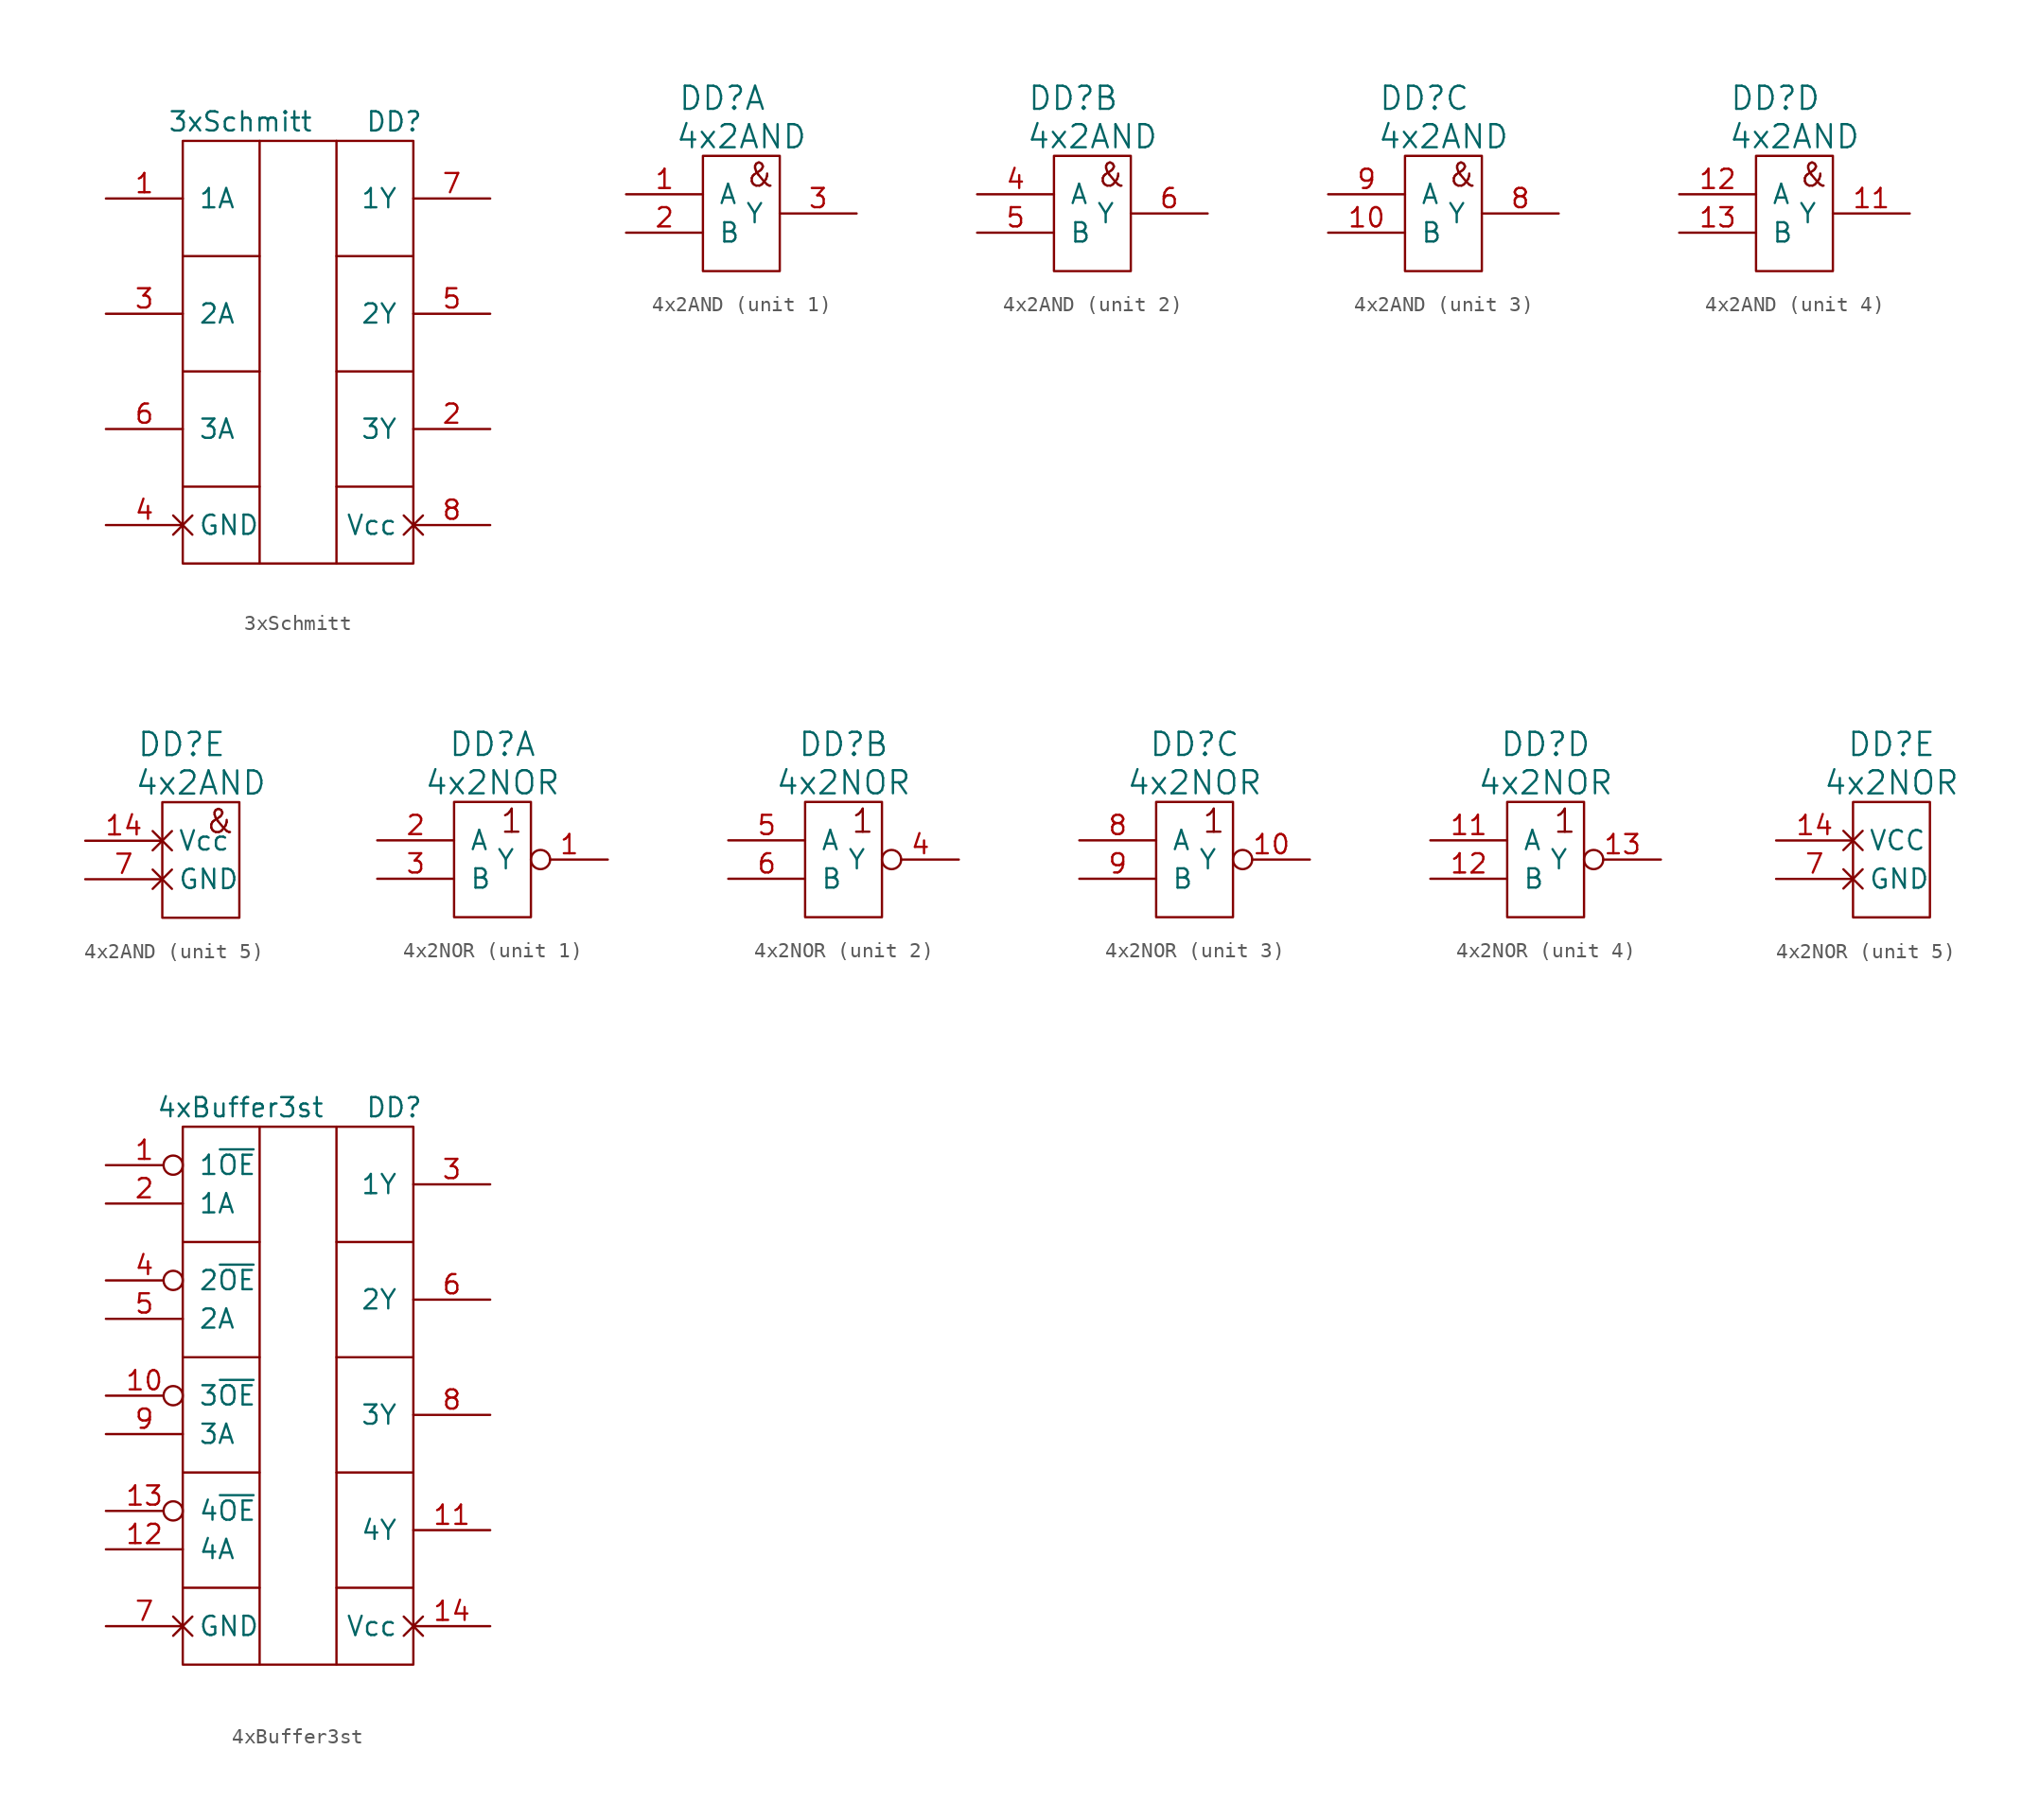
<source format=kicad_sym>
(kicad_symbol_lib
  (version 20201005)
  (generator kicad_symbol_editor)
  (symbol "standard_logic:3xSchmitt"
    (pin_names
      (offset 1.016))
    (property "Reference" "DD"
      (at 6.35 15.24 0)
      (effects (font (size 1.27 1.27))))
    (property "Value" "3xSchmitt"
      (at -3.81 15.24 0)
      (effects (font (size 1.27 1.27))))
    (symbol "3xSchmitt_0_1"
      (rectangle (start -7.62 13.97) (end 7.62 -13.97) (stroke (width 0)) (fill (type none)))
      (polyline (pts (xy -7.62 -8.89) (xy -2.54 -8.89)) (stroke (width 0)) (fill (type none)))
      (polyline (pts (xy -7.62 -1.27) (xy -2.54 -1.27)) (stroke (width 0)) (fill (type none)))
      (polyline (pts (xy -7.62 6.35) (xy -2.54 6.35)) (stroke (width 0)) (fill (type none)))
      (polyline (pts (xy -2.54 13.97) (xy -2.54 -13.97)) (stroke (width 0)) (fill (type none)))
      (polyline (pts (xy 2.54 -8.89) (xy 7.62 -8.89)) (stroke (width 0)) (fill (type none)))
      (polyline (pts (xy 2.54 -1.27) (xy 7.62 -1.27)) (stroke (width 0)) (fill (type none)))
      (polyline (pts (xy 2.54 6.35) (xy 7.62 6.35)) (stroke (width 0)) (fill (type none)))
      (polyline (pts (xy 2.54 13.97) (xy 2.54 -13.97)) (stroke (width 0)) (fill (type none))))
    (symbol "3xSchmitt_1_1"
      (pin passive line (at -12.7 10.16 0) (length 5.08) (name "1A" (effects (font (size 1.27 1.27)))) (number "1" (effects (font (size 1.27 1.27)))))
      (pin passive line (at 12.7 -5.08 180) (length 5.08) (name "3Y" (effects (font (size 1.27 1.27)))) (number "2" (effects (font (size 1.27 1.27)))))
      (pin passive line (at -12.7 2.54 0) (length 5.08) (name "2A" (effects (font (size 1.27 1.27)))) (number "3" (effects (font (size 1.27 1.27)))))
      (pin power_in non_logic (at -12.7 -11.43 0) (length 5.08) (name "GND" (effects (font (size 1.27 1.27)))) (number "4" (effects (font (size 1.27 1.27)))))
      (pin passive line (at 12.7 2.54 180) (length 5.08) (name "2Y" (effects (font (size 1.27 1.27)))) (number "5" (effects (font (size 1.27 1.27)))))
      (pin passive line (at -12.7 -5.08 0) (length 5.08) (name "3A" (effects (font (size 1.27 1.27)))) (number "6" (effects (font (size 1.27 1.27)))))
      (pin passive line (at 12.7 10.16 180) (length 5.08) (name "1Y" (effects (font (size 1.27 1.27)))) (number "7" (effects (font (size 1.27 1.27)))))
      (pin power_in non_logic (at 12.7 -11.43 180) (length 5.08) (name "Vcc" (effects (font (size 1.27 1.27)))) (number "8" (effects (font (size 1.27 1.27)))))))
  (symbol "standard_logic:4x2AND"
    (pin_names
      (offset 1.016))
    (property "Reference" "DD"
      (at -1.27 7.62 0)
      (effects (font (size 1.524 1.524))))
    (property "Value" "4x2AND"
      (at 0 5.08 0)
      (effects (font (size 1.524 1.524))))
    (property "Footprint" ""
      (at 0 0 0)
      (effects (font (size 1.524 1.524))))
    (property "Datasheet" ""
      (at 0 0 0)
      (effects (font (size 1.524 1.524))))
    (symbol "4x2AND_0_0"
      (text "&" (at 1.27 2.54 0) (effects (font (size 1.524 1.524)))))
    (symbol "4x2AND_0_1"
      (rectangle (start -2.54 3.81) (end 2.54 -3.81) (stroke (width 0)) (fill (type none))))
    (symbol "4x2AND_1_1"
      (pin passive line (at -7.62 1.27 0) (length 5.08) (name "A" (effects (font (size 1.27 1.27)))) (number "1" (effects (font (size 1.27 1.27)))))
      (pin passive line (at -7.62 -1.27 0) (length 5.08) (name "B" (effects (font (size 1.27 1.27)))) (number "2" (effects (font (size 1.27 1.27)))))
      (pin passive line (at 7.62 0 180) (length 5.08) (name "Y" (effects (font (size 1.27 1.27)))) (number "3" (effects (font (size 1.27 1.27))))))
    (symbol "4x2AND_2_1"
      (pin passive line (at -7.62 1.27 0) (length 5.08) (name "A" (effects (font (size 1.27 1.27)))) (number "4" (effects (font (size 1.27 1.27)))))
      (pin passive line (at -7.62 -1.27 0) (length 5.08) (name "B" (effects (font (size 1.27 1.27)))) (number "5" (effects (font (size 1.27 1.27)))))
      (pin passive line (at 7.62 0 180) (length 5.08) (name "Y" (effects (font (size 1.27 1.27)))) (number "6" (effects (font (size 1.27 1.27))))))
    (symbol "4x2AND_3_1"
      (pin passive line (at -7.62 -1.27 0) (length 5.08) (name "B" (effects (font (size 1.27 1.27)))) (number "10" (effects (font (size 1.27 1.27)))))
      (pin passive line (at 7.62 0 180) (length 5.08) (name "Y" (effects (font (size 1.27 1.27)))) (number "8" (effects (font (size 1.27 1.27)))))
      (pin passive line (at -7.62 1.27 0) (length 5.08) (name "A" (effects (font (size 1.27 1.27)))) (number "9" (effects (font (size 1.27 1.27))))))
    (symbol "4x2AND_4_1"
      (pin passive line (at 7.62 0 180) (length 5.08) (name "Y" (effects (font (size 1.27 1.27)))) (number "11" (effects (font (size 1.27 1.27)))))
      (pin passive line (at -7.62 1.27 0) (length 5.08) (name "A" (effects (font (size 1.27 1.27)))) (number "12" (effects (font (size 1.27 1.27)))))
      (pin passive line (at -7.62 -1.27 0) (length 5.08) (name "B" (effects (font (size 1.27 1.27)))) (number "13" (effects (font (size 1.27 1.27))))))
    (symbol "4x2AND_5_1"
      (pin power_in non_logic (at -7.62 1.27 0) (length 5.08) (name "Vcc" (effects (font (size 1.27 1.27)))) (number "14" (effects (font (size 1.27 1.27)))))
      (pin power_in non_logic (at -7.62 -1.27 0) (length 5.08) (name "GND" (effects (font (size 1.27 1.27)))) (number "7" (effects (font (size 1.27 1.27)))))))
  (symbol "standard_logic:4x2NOR"
    (pin_names
      (offset 1.016))
    (property "Reference" "DD"
      (at 0 7.62 0)
      (effects (font (size 1.524 1.524))))
    (property "Value" "4x2NOR"
      (at 0 5.08 0)
      (effects (font (size 1.524 1.524))))
    (property "Footprint" ""
      (at 0 0 0)
      (effects (font (size 1.524 1.524))))
    (property "Datasheet" ""
      (at 0 0 0)
      (effects (font (size 1.524 1.524))))
    (symbol "4x2NOR_0_1"
      (rectangle (start -2.54 3.81) (end 2.54 -3.81) (stroke (width 0)) (fill (type none))))
    (symbol "4x2NOR_1_0"
      (text "1" (at 1.27 2.54 0) (effects (font (size 1.524 1.524)))))
    (symbol "4x2NOR_1_1"
      (pin passive inverted (at 7.62 0 180) (length 5.08) (name "Y" (effects (font (size 1.27 1.27)))) (number "1" (effects (font (size 1.27 1.27)))))
      (pin passive line (at -7.62 1.27 0) (length 5.08) (name "A" (effects (font (size 1.27 1.27)))) (number "2" (effects (font (size 1.27 1.27)))))
      (pin passive line (at -7.62 -1.27 0) (length 5.08) (name "B" (effects (font (size 1.27 1.27)))) (number "3" (effects (font (size 1.27 1.27))))))
    (symbol "4x2NOR_2_0"
      (text "1" (at 1.27 2.54 0) (effects (font (size 1.524 1.524)))))
    (symbol "4x2NOR_2_1"
      (pin passive inverted (at 7.62 0 180) (length 5.08) (name "Y" (effects (font (size 1.27 1.27)))) (number "4" (effects (font (size 1.27 1.27)))))
      (pin passive line (at -7.62 1.27 0) (length 5.08) (name "A" (effects (font (size 1.27 1.27)))) (number "5" (effects (font (size 1.27 1.27)))))
      (pin passive line (at -7.62 -1.27 0) (length 5.08) (name "B" (effects (font (size 1.27 1.27)))) (number "6" (effects (font (size 1.27 1.27))))))
    (symbol "4x2NOR_3_0"
      (text "1" (at 1.27 2.54 0) (effects (font (size 1.524 1.524)))))
    (symbol "4x2NOR_3_1"
      (pin passive inverted (at 7.62 0 180) (length 5.08) (name "Y" (effects (font (size 1.27 1.27)))) (number "10" (effects (font (size 1.27 1.27)))))
      (pin passive line (at -7.62 1.27 0) (length 5.08) (name "A" (effects (font (size 1.27 1.27)))) (number "8" (effects (font (size 1.27 1.27)))))
      (pin passive line (at -7.62 -1.27 0) (length 5.08) (name "B" (effects (font (size 1.27 1.27)))) (number "9" (effects (font (size 1.27 1.27))))))
    (symbol "4x2NOR_4_0"
      (text "1" (at 1.27 2.54 0) (effects (font (size 1.524 1.524)))))
    (symbol "4x2NOR_4_1"
      (pin passive line (at -7.62 1.27 0) (length 5.08) (name "A" (effects (font (size 1.27 1.27)))) (number "11" (effects (font (size 1.27 1.27)))))
      (pin passive line (at -7.62 -1.27 0) (length 5.08) (name "B" (effects (font (size 1.27 1.27)))) (number "12" (effects (font (size 1.27 1.27)))))
      (pin passive inverted (at 7.62 0 180) (length 5.08) (name "Y" (effects (font (size 1.27 1.27)))) (number "13" (effects (font (size 1.27 1.27))))))
    (symbol "4x2NOR_5_1"
      (pin power_in non_logic (at -7.62 1.27 0) (length 5.08) (name "VCC" (effects (font (size 1.27 1.27)))) (number "14" (effects (font (size 1.27 1.27)))))
      (pin power_in non_logic (at -7.62 -1.27 0) (length 5.08) (name "GND" (effects (font (size 1.27 1.27)))) (number "7" (effects (font (size 1.27 1.27)))))))
  (symbol "standard_logic:4xBuffer3st"
    (pin_names
      (offset 1.016))
    (property "Reference" "DD"
      (at 6.35 20.32 0)
      (effects (font (size 1.27 1.27))))
    (property "Value" "4xBuffer3st"
      (at -3.81 20.32 0)
      (effects (font (size 1.27 1.27))))
    (symbol "4xBuffer3st_0_1"
      (rectangle (start -7.62 19.05) (end 7.62 -16.51) (stroke (width 0)) (fill (type none)))
      (polyline (pts (xy -7.62 -11.43) (xy -2.54 -11.43)) (stroke (width 0)) (fill (type none)))
      (polyline (pts (xy -7.62 -3.81) (xy -2.54 -3.81)) (stroke (width 0)) (fill (type none)))
      (polyline (pts (xy -7.62 3.81) (xy -2.54 3.81)) (stroke (width 0)) (fill (type none)))
      (polyline (pts (xy -7.62 11.43) (xy -2.54 11.43)) (stroke (width 0)) (fill (type none)))
      (polyline (pts (xy -2.54 19.05) (xy -2.54 -16.51)) (stroke (width 0)) (fill (type none)))
      (polyline (pts (xy 2.54 -11.43) (xy 7.62 -11.43)) (stroke (width 0)) (fill (type none)))
      (polyline (pts (xy 2.54 -3.81) (xy 7.62 -3.81)) (stroke (width 0)) (fill (type none)))
      (polyline (pts (xy 2.54 3.81) (xy 7.62 3.81)) (stroke (width 0)) (fill (type none)))
      (polyline (pts (xy 2.54 11.43) (xy 7.62 11.43)) (stroke (width 0)) (fill (type none)))
      (polyline (pts (xy 2.54 19.05) (xy 2.54 -16.51)) (stroke (width 0)) (fill (type none))))
    (symbol "4xBuffer3st_1_1"
      (pin passive inverted (at -12.7 16.51 0) (length 5.08) (name "1~OE" (effects (font (size 1.27 1.27)))) (number "1" (effects (font (size 1.27 1.27)))))
      (pin passive inverted (at -12.7 1.27 0) (length 5.08) (name "3~OE" (effects (font (size 1.27 1.27)))) (number "10" (effects (font (size 1.27 1.27)))))
      (pin passive line (at 12.7 -7.62 180) (length 5.08) (name "4Y" (effects (font (size 1.27 1.27)))) (number "11" (effects (font (size 1.27 1.27)))))
      (pin passive line (at -12.7 -8.89 0) (length 5.08) (name "4A" (effects (font (size 1.27 1.27)))) (number "12" (effects (font (size 1.27 1.27)))))
      (pin passive inverted (at -12.7 -6.35 0) (length 5.08) (name "4~OE" (effects (font (size 1.27 1.27)))) (number "13" (effects (font (size 1.27 1.27)))))
      (pin power_in non_logic (at 12.7 -13.97 180) (length 5.08) (name "Vcc" (effects (font (size 1.27 1.27)))) (number "14" (effects (font (size 1.27 1.27)))))
      (pin passive line (at -12.7 13.97 0) (length 5.08) (name "1A" (effects (font (size 1.27 1.27)))) (number "2" (effects (font (size 1.27 1.27)))))
      (pin passive line (at 12.7 15.24 180) (length 5.08) (name "1Y" (effects (font (size 1.27 1.27)))) (number "3" (effects (font (size 1.27 1.27)))))
      (pin passive inverted (at -12.7 8.89 0) (length 5.08) (name "2~OE" (effects (font (size 1.27 1.27)))) (number "4" (effects (font (size 1.27 1.27)))))
      (pin passive line (at -12.7 6.35 0) (length 5.08) (name "2A" (effects (font (size 1.27 1.27)))) (number "5" (effects (font (size 1.27 1.27)))))
      (pin passive line (at 12.7 7.62 180) (length 5.08) (name "2Y" (effects (font (size 1.27 1.27)))) (number "6" (effects (font (size 1.27 1.27)))))
      (pin power_in non_logic (at -12.7 -13.97 0) (length 5.08) (name "GND" (effects (font (size 1.27 1.27)))) (number "7" (effects (font (size 1.27 1.27)))))
      (pin passive line (at 12.7 0 180) (length 5.08) (name "3Y" (effects (font (size 1.27 1.27)))) (number "8" (effects (font (size 1.27 1.27)))))
      (pin passive line (at -12.7 -1.27 0) (length 5.08) (name "3A" (effects (font (size 1.27 1.27)))) (number "9" (effects (font (size 1.27 1.27))))))))
</source>
